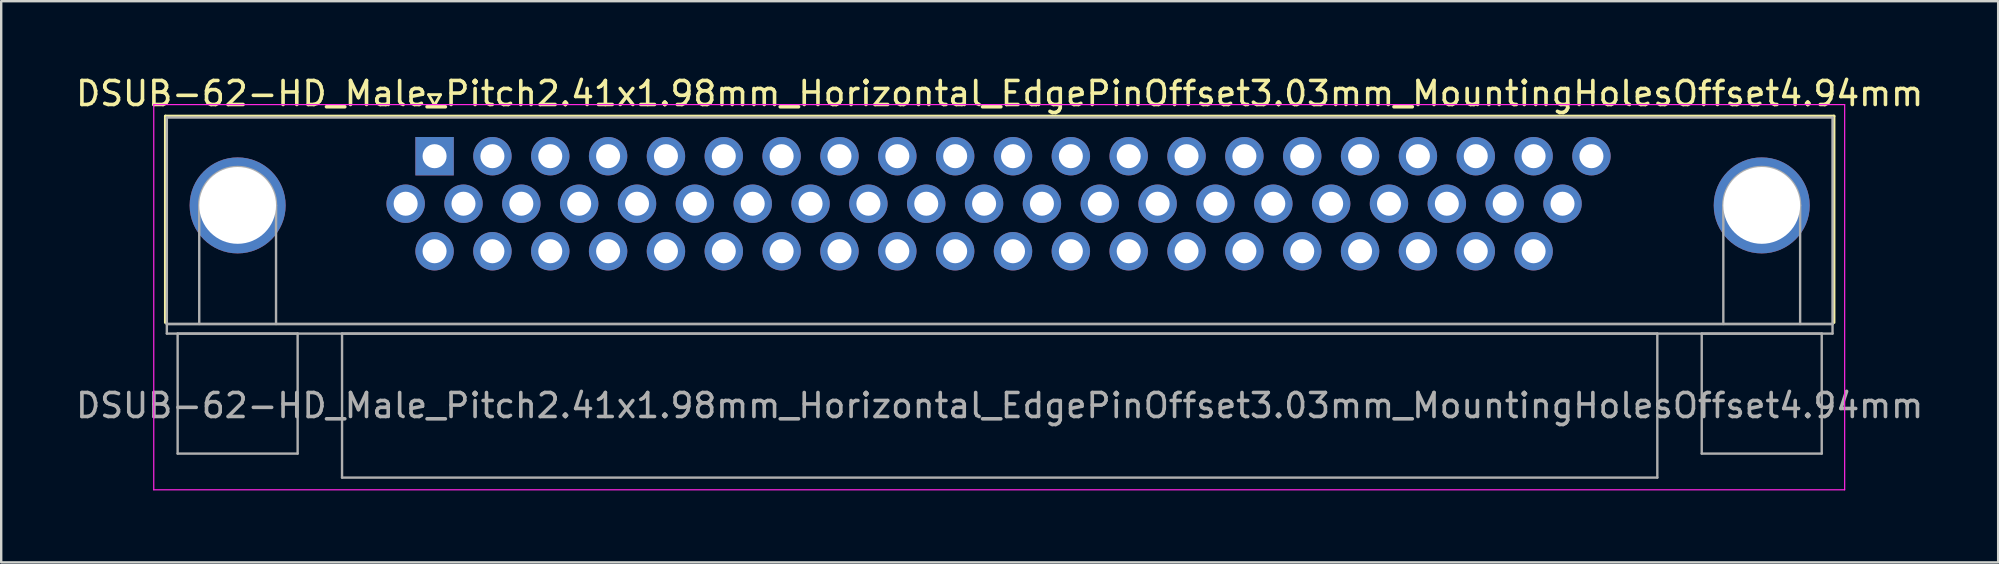
<source format=kicad_pcb>
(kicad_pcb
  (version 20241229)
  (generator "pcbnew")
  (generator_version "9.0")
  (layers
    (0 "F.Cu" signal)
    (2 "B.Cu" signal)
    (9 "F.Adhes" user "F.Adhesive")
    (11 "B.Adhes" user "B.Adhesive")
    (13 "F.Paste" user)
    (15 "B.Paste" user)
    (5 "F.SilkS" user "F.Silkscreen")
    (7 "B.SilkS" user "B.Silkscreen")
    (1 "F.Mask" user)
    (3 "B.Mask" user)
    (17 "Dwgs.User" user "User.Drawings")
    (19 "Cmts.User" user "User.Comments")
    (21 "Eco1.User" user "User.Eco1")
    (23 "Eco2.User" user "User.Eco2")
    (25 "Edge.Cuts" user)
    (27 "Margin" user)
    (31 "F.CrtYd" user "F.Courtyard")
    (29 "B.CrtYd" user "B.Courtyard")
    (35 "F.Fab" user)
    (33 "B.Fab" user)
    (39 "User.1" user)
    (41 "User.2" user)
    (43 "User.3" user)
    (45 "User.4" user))
  (footprint "DSUB-62-HD_Male_Pitch2.41x1.98mm_Horizontal_EdgePinOffset3.03mm_MountingHolesOffset4.94mm"
    (layer "F.Cu")
    (at 15.056 3.458)
    (property "Reference" "DSUB-62-HD_Male_Pitch2.41x1.98mm_Horizontal_EdgePinOffset3.03mm_MountingHolesOffset4.94mm" (at 23.545 -2.61 0) (layer "F.SilkS") (effects (font (size 1 1) (thickness 0.15))))
    (attr through_hole)
    (fp_line (start -11.215 -1.67) (end 58.305 -1.67) (stroke (width 0.12) (type solid)) (layer "F.SilkS"))
    (fp_line (start -11.215 6.93) (end -11.215 -1.67) (stroke (width 0.12) (type solid)) (layer "F.SilkS"))
    (fp_line (start -0.25 -2.564) (end 0.25 -2.564) (stroke (width 0.12) (type solid)) (layer "F.SilkS"))
    (fp_line (start 0 -2.131) (end -0.25 -2.564) (stroke (width 0.12) (type solid)) (layer "F.SilkS"))
    (fp_line (start 0.25 -2.564) (end 0 -2.131) (stroke (width 0.12) (type solid)) (layer "F.SilkS"))
    (fp_line (start 58.305 -1.67) (end 58.305 6.93) (stroke (width 0.12) (type solid)) (layer "F.SilkS"))
    (fp_line (start -11.7 -2.15) (end -11.7 13.9) (stroke (width 0.05) (type solid)) (layer "F.CrtYd"))
    (fp_line (start -11.7 13.9) (end 58.75 13.9) (stroke (width 0.05) (type solid)) (layer "F.CrtYd"))
    (fp_line (start 58.75 -2.15) (end -11.7 -2.15) (stroke (width 0.05) (type solid)) (layer "F.CrtYd"))
    (fp_line (start 58.75 13.9) (end 58.75 -2.15) (stroke (width 0.05) (type solid)) (layer "F.CrtYd"))
    (fp_line (start -11.155 -1.61) (end -11.155 6.99) (stroke (width 0.1) (type solid)) (layer "F.Fab"))
    (fp_line (start -11.155 6.99) (end -11.155 7.39) (stroke (width 0.1) (type solid)) (layer "F.Fab"))
    (fp_line (start -11.155 6.99) (end 58.245 6.99) (stroke (width 0.1) (type solid)) (layer "F.Fab"))
    (fp_line (start -11.155 7.39) (end 58.245 7.39) (stroke (width 0.1) (type solid)) (layer "F.Fab"))
    (fp_line (start -10.705 7.39) (end -10.705 12.39) (stroke (width 0.1) (type solid)) (layer "F.Fab"))
    (fp_line (start -10.705 12.39) (end -5.705 12.39) (stroke (width 0.1) (type solid)) (layer "F.Fab"))
    (fp_line (start -9.805 6.99) (end -9.805 2.05) (stroke (width 0.1) (type solid)) (layer "F.Fab"))
    (fp_line (start -6.605 6.99) (end -6.605 2.05) (stroke (width 0.1) (type solid)) (layer "F.Fab"))
    (fp_line (start -5.705 7.39) (end -10.705 7.39) (stroke (width 0.1) (type solid)) (layer "F.Fab"))
    (fp_line (start -5.705 12.39) (end -5.705 7.39) (stroke (width 0.1) (type solid)) (layer "F.Fab"))
    (fp_line (start -3.855 7.39) (end -3.855 13.39) (stroke (width 0.1) (type solid)) (layer "F.Fab"))
    (fp_line (start -3.855 13.39) (end 50.945 13.39) (stroke (width 0.1) (type solid)) (layer "F.Fab"))
    (fp_line (start 50.945 7.39) (end -3.855 7.39) (stroke (width 0.1) (type solid)) (layer "F.Fab"))
    (fp_line (start 50.945 13.39) (end 50.945 7.39) (stroke (width 0.1) (type solid)) (layer "F.Fab"))
    (fp_line (start 52.795 7.39) (end 52.795 12.39) (stroke (width 0.1) (type solid)) (layer "F.Fab"))
    (fp_line (start 52.795 12.39) (end 57.795 12.39) (stroke (width 0.1) (type solid)) (layer "F.Fab"))
    (fp_line (start 53.695 6.99) (end 53.695 2.05) (stroke (width 0.1) (type solid)) (layer "F.Fab"))
    (fp_line (start 56.895 6.99) (end 56.895 2.05) (stroke (width 0.1) (type solid)) (layer "F.Fab"))
    (fp_line (start 57.795 7.39) (end 52.795 7.39) (stroke (width 0.1) (type solid)) (layer "F.Fab"))
    (fp_line (start 57.795 12.39) (end 57.795 7.39) (stroke (width 0.1) (type solid)) (layer "F.Fab"))
    (fp_line (start 58.245 -1.61) (end -11.155 -1.61) (stroke (width 0.1) (type solid)) (layer "F.Fab"))
    (fp_line (start 58.245 6.99) (end -11.155 6.99) (stroke (width 0.1) (type solid)) (layer "F.Fab"))
    (fp_line (start 58.245 6.99) (end 58.245 -1.61) (stroke (width 0.1) (type solid)) (layer "F.Fab"))
    (fp_line (start 58.245 7.39) (end 58.245 6.99) (stroke (width 0.1) (type solid)) (layer "F.Fab"))
    (fp_arc (start -9.805 2.05) (mid -8.205 0.45) (end -6.605 2.05) (stroke (width 0.1) (type solid)) (layer "F.Fab"))
    (fp_arc (start 53.695 2.05) (mid 55.295 0.45) (end 56.895 2.05) (stroke (width 0.1) (type solid)) (layer "F.Fab"))
    (fp_text user "${REFERENCE}" (at 23.545 10.39 0) (layer "F.Fab") (effects (font (size 1 1) (thickness 0.15))))
    (pad "0" thru_hole circle (at -8.205 2.05) (size 4 4) (drill 3.2) (layers "*.Cu" "*.Mask"))
    (pad "0" thru_hole circle (at 55.295 2.05) (size 4 4) (drill 3.2) (layers "*.Cu" "*.Mask"))
    (pad "1" thru_hole rect (at 0 0) (size 1.6 1.6) (drill 1) (layers "*.Cu" "*.Mask"))
    (pad "2" thru_hole circle (at 2.41 0) (size 1.6 1.6) (drill 1) (layers "*.Cu" "*.Mask"))
    (pad "3" thru_hole circle (at 4.82 0) (size 1.6 1.6) (drill 1) (layers "*.Cu" "*.Mask"))
    (pad "4" thru_hole circle (at 7.23 0) (size 1.6 1.6) (drill 1) (layers "*.Cu" "*.Mask"))
    (pad "5" thru_hole circle (at 9.64 0) (size 1.6 1.6) (drill 1) (layers "*.Cu" "*.Mask"))
    (pad "6" thru_hole circle (at 12.05 0) (size 1.6 1.6) (drill 1) (layers "*.Cu" "*.Mask"))
    (pad "7" thru_hole circle (at 14.46 0) (size 1.6 1.6) (drill 1) (layers "*.Cu" "*.Mask"))
    (pad "8" thru_hole circle (at 16.87 0) (size 1.6 1.6) (drill 1) (layers "*.Cu" "*.Mask"))
    (pad "9" thru_hole circle (at 19.28 0) (size 1.6 1.6) (drill 1) (layers "*.Cu" "*.Mask"))
    (pad "10" thru_hole circle (at 21.69 0) (size 1.6 1.6) (drill 1) (layers "*.Cu" "*.Mask"))
    (pad "11" thru_hole circle (at 24.1 0) (size 1.6 1.6) (drill 1) (layers "*.Cu" "*.Mask"))
    (pad "12" thru_hole circle (at 26.51 0) (size 1.6 1.6) (drill 1) (layers "*.Cu" "*.Mask"))
    (pad "13" thru_hole circle (at 28.92 0) (size 1.6 1.6) (drill 1) (layers "*.Cu" "*.Mask"))
    (pad "14" thru_hole circle (at 31.33 0) (size 1.6 1.6) (drill 1) (layers "*.Cu" "*.Mask"))
    (pad "15" thru_hole circle (at 33.74 0) (size 1.6 1.6) (drill 1) (layers "*.Cu" "*.Mask"))
    (pad "16" thru_hole circle (at 36.15 0) (size 1.6 1.6) (drill 1) (layers "*.Cu" "*.Mask"))
    (pad "17" thru_hole circle (at 38.56 0) (size 1.6 1.6) (drill 1) (layers "*.Cu" "*.Mask"))
    (pad "18" thru_hole circle (at 40.97 0) (size 1.6 1.6) (drill 1) (layers "*.Cu" "*.Mask"))
    (pad "19" thru_hole circle (at 43.38 0) (size 1.6 1.6) (drill 1) (layers "*.Cu" "*.Mask"))
    (pad "20" thru_hole circle (at 45.79 0) (size 1.6 1.6) (drill 1) (layers "*.Cu" "*.Mask"))
    (pad "21" thru_hole circle (at 48.2 0) (size 1.6 1.6) (drill 1) (layers "*.Cu" "*.Mask"))
    (pad "22" thru_hole circle (at -1.205 1.98) (size 1.6 1.6) (drill 1) (layers "*.Cu" "*.Mask"))
    (pad "23" thru_hole circle (at 1.205 1.98) (size 1.6 1.6) (drill 1) (layers "*.Cu" "*.Mask"))
    (pad "24" thru_hole circle (at 3.615 1.98) (size 1.6 1.6) (drill 1) (layers "*.Cu" "*.Mask"))
    (pad "25" thru_hole circle (at 6.025 1.98) (size 1.6 1.6) (drill 1) (layers "*.Cu" "*.Mask"))
    (pad "26" thru_hole circle (at 8.435 1.98) (size 1.6 1.6) (drill 1) (layers "*.Cu" "*.Mask"))
    (pad "27" thru_hole circle (at 10.845 1.98) (size 1.6 1.6) (drill 1) (layers "*.Cu" "*.Mask"))
    (pad "28" thru_hole circle (at 13.255 1.98) (size 1.6 1.6) (drill 1) (layers "*.Cu" "*.Mask"))
    (pad "29" thru_hole circle (at 15.665 1.98) (size 1.6 1.6) (drill 1) (layers "*.Cu" "*.Mask"))
    (pad "30" thru_hole circle (at 18.075 1.98) (size 1.6 1.6) (drill 1) (layers "*.Cu" "*.Mask"))
    (pad "31" thru_hole circle (at 20.485 1.98) (size 1.6 1.6) (drill 1) (layers "*.Cu" "*.Mask"))
    (pad "32" thru_hole circle (at 22.895 1.98) (size 1.6 1.6) (drill 1) (layers "*.Cu" "*.Mask"))
    (pad "33" thru_hole circle (at 25.305 1.98) (size 1.6 1.6) (drill 1) (layers "*.Cu" "*.Mask"))
    (pad "34" thru_hole circle (at 27.715 1.98) (size 1.6 1.6) (drill 1) (layers "*.Cu" "*.Mask"))
    (pad "35" thru_hole circle (at 30.125 1.98) (size 1.6 1.6) (drill 1) (layers "*.Cu" "*.Mask"))
    (pad "36" thru_hole circle (at 32.535 1.98) (size 1.6 1.6) (drill 1) (layers "*.Cu" "*.Mask"))
    (pad "37" thru_hole circle (at 34.945 1.98) (size 1.6 1.6) (drill 1) (layers "*.Cu" "*.Mask"))
    (pad "38" thru_hole circle (at 37.355 1.98) (size 1.6 1.6) (drill 1) (layers "*.Cu" "*.Mask"))
    (pad "39" thru_hole circle (at 39.765 1.98) (size 1.6 1.6) (drill 1) (layers "*.Cu" "*.Mask"))
    (pad "40" thru_hole circle (at 42.175 1.98) (size 1.6 1.6) (drill 1) (layers "*.Cu" "*.Mask"))
    (pad "41" thru_hole circle (at 44.585 1.98) (size 1.6 1.6) (drill 1) (layers "*.Cu" "*.Mask"))
    (pad "42" thru_hole circle (at 46.995 1.98) (size 1.6 1.6) (drill 1) (layers "*.Cu" "*.Mask"))
    (pad "43" thru_hole circle (at 0 3.96) (size 1.6 1.6) (drill 1) (layers "*.Cu" "*.Mask"))
    (pad "44" thru_hole circle (at 2.41 3.96) (size 1.6 1.6) (drill 1) (layers "*.Cu" "*.Mask"))
    (pad "45" thru_hole circle (at 4.82 3.96) (size 1.6 1.6) (drill 1) (layers "*.Cu" "*.Mask"))
    (pad "46" thru_hole circle (at 7.23 3.96) (size 1.6 1.6) (drill 1) (layers "*.Cu" "*.Mask"))
    (pad "47" thru_hole circle (at 9.64 3.96) (size 1.6 1.6) (drill 1) (layers "*.Cu" "*.Mask"))
    (pad "48" thru_hole circle (at 12.05 3.96) (size 1.6 1.6) (drill 1) (layers "*.Cu" "*.Mask"))
    (pad "49" thru_hole circle (at 14.46 3.96) (size 1.6 1.6) (drill 1) (layers "*.Cu" "*.Mask"))
    (pad "50" thru_hole circle (at 16.87 3.96) (size 1.6 1.6) (drill 1) (layers "*.Cu" "*.Mask"))
    (pad "51" thru_hole circle (at 19.28 3.96) (size 1.6 1.6) (drill 1) (layers "*.Cu" "*.Mask"))
    (pad "52" thru_hole circle (at 21.69 3.96) (size 1.6 1.6) (drill 1) (layers "*.Cu" "*.Mask"))
    (pad "53" thru_hole circle (at 24.1 3.96) (size 1.6 1.6) (drill 1) (layers "*.Cu" "*.Mask"))
    (pad "54" thru_hole circle (at 26.51 3.96) (size 1.6 1.6) (drill 1) (layers "*.Cu" "*.Mask"))
    (pad "55" thru_hole circle (at 28.92 3.96) (size 1.6 1.6) (drill 1) (layers "*.Cu" "*.Mask"))
    (pad "56" thru_hole circle (at 31.33 3.96) (size 1.6 1.6) (drill 1) (layers "*.Cu" "*.Mask"))
    (pad "57" thru_hole circle (at 33.74 3.96) (size 1.6 1.6) (drill 1) (layers "*.Cu" "*.Mask"))
    (pad "58" thru_hole circle (at 36.15 3.96) (size 1.6 1.6) (drill 1) (layers "*.Cu" "*.Mask"))
    (pad "59" thru_hole circle (at 38.56 3.96) (size 1.6 1.6) (drill 1) (layers "*.Cu" "*.Mask"))
    (pad "60" thru_hole circle (at 40.97 3.96) (size 1.6 1.6) (drill 1) (layers "*.Cu" "*.Mask"))
    (pad "61" thru_hole circle (at 43.38 3.96) (size 1.6 1.6) (drill 1) (layers "*.Cu" "*.Mask"))
    (pad "62" thru_hole circle (at 45.79 3.96) (size 1.6 1.6) (drill 1) (layers "*.Cu" "*.Mask")))
  (gr_rect
    (start -3 -3)
    (end 80.202 20.383)
    (stroke (width 0.1) (type default))
    (fill no)
    (layer "Edge.Cuts")))
</source>
